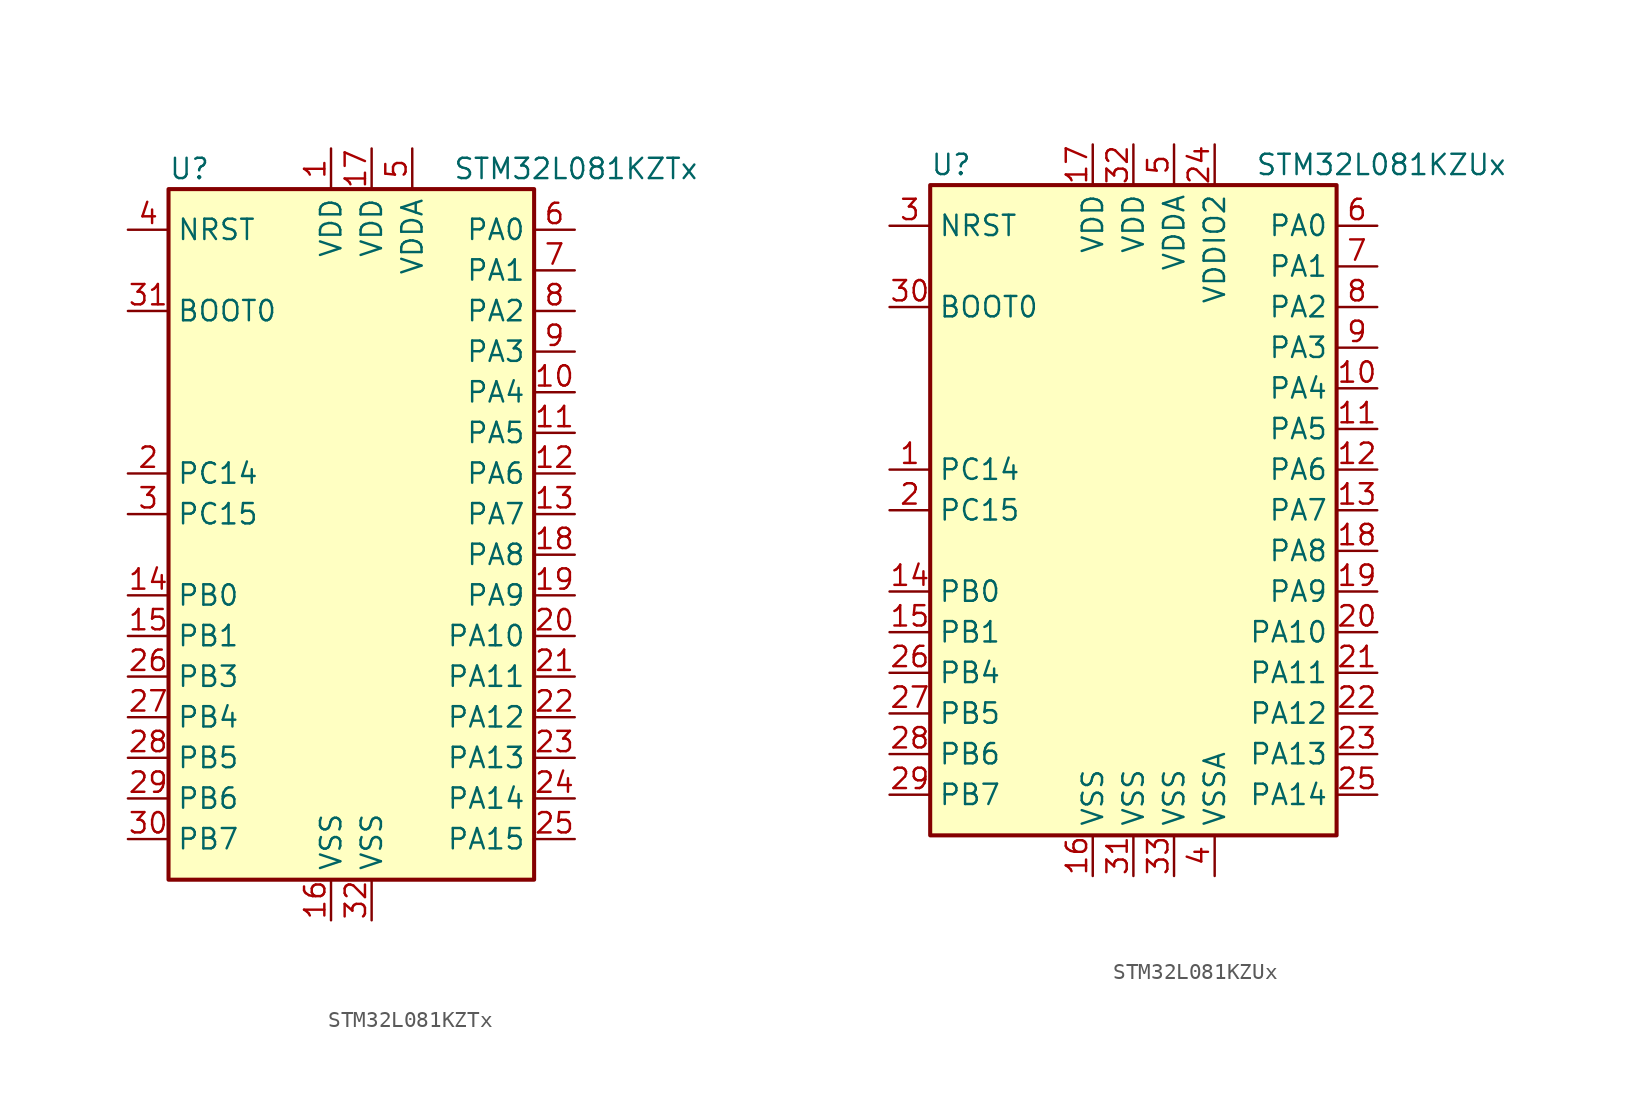
<source format=kicad_sym>
(kicad_symbol_lib
  (version 20211014)
  (generator kicad_symbol_editor)
  (symbol "STM32L081KZTx"
    (property "Reference" "U"
      (at -12.7 21.59 0)
      (effects (font (size 1.27 1.27)) (justify left)))
    (property "Value" "STM32L081KZTx"
      (at 5.08 21.59 0)
      (effects (font (size 1.27 1.27)) (justify left)))
    (symbol "STM32L081KZTx_0_1"
      (rectangle (start -12.7 -22.86) (end 10.16 20.32) (stroke (width 0.254) (type default) (color 0 0 0 0)) (fill (type background))))
    (symbol "STM32L081KZTx_1_1"
      (pin power_in line (at -2.54 22.86 270) (length 2.54) (name "VDD" (effects (font (size 1.27 1.27)))) (number "1" (effects (font (size 1.27 1.27)))))
      (pin bidirectional line (at 12.7 7.62 180) (length 2.54) (name "PA4" (effects (font (size 1.27 1.27)))) (number "10" (effects (font (size 1.27 1.27)))))
      (pin bidirectional line (at 12.7 5.08 180) (length 2.54) (name "PA5" (effects (font (size 1.27 1.27)))) (number "11" (effects (font (size 1.27 1.27)))))
      (pin bidirectional line (at 12.7 2.54 180) (length 2.54) (name "PA6" (effects (font (size 1.27 1.27)))) (number "12" (effects (font (size 1.27 1.27)))))
      (pin bidirectional line (at 12.7 0 180) (length 2.54) (name "PA7" (effects (font (size 1.27 1.27)))) (number "13" (effects (font (size 1.27 1.27)))))
      (pin bidirectional line (at -15.24 -5.08 0) (length 2.54) (name "PB0" (effects (font (size 1.27 1.27)))) (number "14" (effects (font (size 1.27 1.27)))))
      (pin bidirectional line (at -15.24 -7.62 0) (length 2.54) (name "PB1" (effects (font (size 1.27 1.27)))) (number "15" (effects (font (size 1.27 1.27)))))
      (pin power_in line (at -2.54 -25.4 90) (length 2.54) (name "VSS" (effects (font (size 1.27 1.27)))) (number "16" (effects (font (size 1.27 1.27)))))
      (pin power_in line (at 0 22.86 270) (length 2.54) (name "VDD" (effects (font (size 1.27 1.27)))) (number "17" (effects (font (size 1.27 1.27)))))
      (pin bidirectional line (at 12.7 -2.54 180) (length 2.54) (name "PA8" (effects (font (size 1.27 1.27)))) (number "18" (effects (font (size 1.27 1.27)))))
      (pin bidirectional line (at 12.7 -5.08 180) (length 2.54) (name "PA9" (effects (font (size 1.27 1.27)))) (number "19" (effects (font (size 1.27 1.27)))))
      (pin bidirectional line (at -15.24 2.54 0) (length 2.54) (name "PC14" (effects (font (size 1.27 1.27)))) (number "2" (effects (font (size 1.27 1.27)))))
      (pin bidirectional line (at 12.7 -7.62 180) (length 2.54) (name "PA10" (effects (font (size 1.27 1.27)))) (number "20" (effects (font (size 1.27 1.27)))))
      (pin bidirectional line (at 12.7 -10.16 180) (length 2.54) (name "PA11" (effects (font (size 1.27 1.27)))) (number "21" (effects (font (size 1.27 1.27)))))
      (pin bidirectional line (at 12.7 -12.7 180) (length 2.54) (name "PA12" (effects (font (size 1.27 1.27)))) (number "22" (effects (font (size 1.27 1.27)))))
      (pin bidirectional line (at 12.7 -15.24 180) (length 2.54) (name "PA13" (effects (font (size 1.27 1.27)))) (number "23" (effects (font (size 1.27 1.27)))))
      (pin bidirectional line (at 12.7 -17.78 180) (length 2.54) (name "PA14" (effects (font (size 1.27 1.27)))) (number "24" (effects (font (size 1.27 1.27)))))
      (pin bidirectional line (at 12.7 -20.32 180) (length 2.54) (name "PA15" (effects (font (size 1.27 1.27)))) (number "25" (effects (font (size 1.27 1.27)))))
      (pin bidirectional line (at -15.24 -10.16 0) (length 2.54) (name "PB3" (effects (font (size 1.27 1.27)))) (number "26" (effects (font (size 1.27 1.27)))))
      (pin bidirectional line (at -15.24 -12.7 0) (length 2.54) (name "PB4" (effects (font (size 1.27 1.27)))) (number "27" (effects (font (size 1.27 1.27)))))
      (pin bidirectional line (at -15.24 -15.24 0) (length 2.54) (name "PB5" (effects (font (size 1.27 1.27)))) (number "28" (effects (font (size 1.27 1.27)))))
      (pin bidirectional line (at -15.24 -17.78 0) (length 2.54) (name "PB6" (effects (font (size 1.27 1.27)))) (number "29" (effects (font (size 1.27 1.27)))))
      (pin bidirectional line (at -15.24 0 0) (length 2.54) (name "PC15" (effects (font (size 1.27 1.27)))) (number "3" (effects (font (size 1.27 1.27)))))
      (pin bidirectional line (at -15.24 -20.32 0) (length 2.54) (name "PB7" (effects (font (size 1.27 1.27)))) (number "30" (effects (font (size 1.27 1.27)))))
      (pin input line (at -15.24 12.7 0) (length 2.54) (name "BOOT0" (effects (font (size 1.27 1.27)))) (number "31" (effects (font (size 1.27 1.27)))))
      (pin power_in line (at 0 -25.4 90) (length 2.54) (name "VSS" (effects (font (size 1.27 1.27)))) (number "32" (effects (font (size 1.27 1.27)))))
      (pin input line (at -15.24 17.78 0) (length 2.54) (name "NRST" (effects (font (size 1.27 1.27)))) (number "4" (effects (font (size 1.27 1.27)))))
      (pin power_in line (at 2.54 22.86 270) (length 2.54) (name "VDDA" (effects (font (size 1.27 1.27)))) (number "5" (effects (font (size 1.27 1.27)))))
      (pin bidirectional line (at 12.7 17.78 180) (length 2.54) (name "PA0" (effects (font (size 1.27 1.27)))) (number "6" (effects (font (size 1.27 1.27)))))
      (pin bidirectional line (at 12.7 15.24 180) (length 2.54) (name "PA1" (effects (font (size 1.27 1.27)))) (number "7" (effects (font (size 1.27 1.27)))))
      (pin bidirectional line (at 12.7 12.7 180) (length 2.54) (name "PA2" (effects (font (size 1.27 1.27)))) (number "8" (effects (font (size 1.27 1.27)))))
      (pin bidirectional line (at 12.7 10.16 180) (length 2.54) (name "PA3" (effects (font (size 1.27 1.27)))) (number "9" (effects (font (size 1.27 1.27)))))))
  (symbol "STM32L081KZUx"
    (property "Reference" "U"
      (at -12.7 21.59 0)
      (effects (font (size 1.27 1.27)) (justify left)))
    (property "Value" "STM32L081KZUx"
      (at 7.62 21.59 0)
      (effects (font (size 1.27 1.27)) (justify left)))
    (symbol "STM32L081KZUx_0_1"
      (rectangle (start -12.7 -20.32) (end 12.7 20.32) (stroke (width 0.254) (type default) (color 0 0 0 0)) (fill (type background))))
    (symbol "STM32L081KZUx_1_1"
      (pin bidirectional line (at -15.24 2.54 0) (length 2.54) (name "PC14" (effects (font (size 1.27 1.27)))) (number "1" (effects (font (size 1.27 1.27)))))
      (pin bidirectional line (at 15.24 7.62 180) (length 2.54) (name "PA4" (effects (font (size 1.27 1.27)))) (number "10" (effects (font (size 1.27 1.27)))))
      (pin bidirectional line (at 15.24 5.08 180) (length 2.54) (name "PA5" (effects (font (size 1.27 1.27)))) (number "11" (effects (font (size 1.27 1.27)))))
      (pin bidirectional line (at 15.24 2.54 180) (length 2.54) (name "PA6" (effects (font (size 1.27 1.27)))) (number "12" (effects (font (size 1.27 1.27)))))
      (pin bidirectional line (at 15.24 0 180) (length 2.54) (name "PA7" (effects (font (size 1.27 1.27)))) (number "13" (effects (font (size 1.27 1.27)))))
      (pin bidirectional line (at -15.24 -5.08 0) (length 2.54) (name "PB0" (effects (font (size 1.27 1.27)))) (number "14" (effects (font (size 1.27 1.27)))))
      (pin bidirectional line (at -15.24 -7.62 0) (length 2.54) (name "PB1" (effects (font (size 1.27 1.27)))) (number "15" (effects (font (size 1.27 1.27)))))
      (pin power_in line (at -2.54 -22.86 90) (length 2.54) (name "VSS" (effects (font (size 1.27 1.27)))) (number "16" (effects (font (size 1.27 1.27)))))
      (pin power_in line (at -2.54 22.86 270) (length 2.54) (name "VDD" (effects (font (size 1.27 1.27)))) (number "17" (effects (font (size 1.27 1.27)))))
      (pin bidirectional line (at 15.24 -2.54 180) (length 2.54) (name "PA8" (effects (font (size 1.27 1.27)))) (number "18" (effects (font (size 1.27 1.27)))))
      (pin bidirectional line (at 15.24 -5.08 180) (length 2.54) (name "PA9" (effects (font (size 1.27 1.27)))) (number "19" (effects (font (size 1.27 1.27)))))
      (pin bidirectional line (at -15.24 0 0) (length 2.54) (name "PC15" (effects (font (size 1.27 1.27)))) (number "2" (effects (font (size 1.27 1.27)))))
      (pin bidirectional line (at 15.24 -7.62 180) (length 2.54) (name "PA10" (effects (font (size 1.27 1.27)))) (number "20" (effects (font (size 1.27 1.27)))))
      (pin bidirectional line (at 15.24 -10.16 180) (length 2.54) (name "PA11" (effects (font (size 1.27 1.27)))) (number "21" (effects (font (size 1.27 1.27)))))
      (pin bidirectional line (at 15.24 -12.7 180) (length 2.54) (name "PA12" (effects (font (size 1.27 1.27)))) (number "22" (effects (font (size 1.27 1.27)))))
      (pin bidirectional line (at 15.24 -15.24 180) (length 2.54) (name "PA13" (effects (font (size 1.27 1.27)))) (number "23" (effects (font (size 1.27 1.27)))))
      (pin power_in line (at 5.08 22.86 270) (length 2.54) (name "VDDIO2" (effects (font (size 1.27 1.27)))) (number "24" (effects (font (size 1.27 1.27)))))
      (pin bidirectional line (at 15.24 -17.78 180) (length 2.54) (name "PA14" (effects (font (size 1.27 1.27)))) (number "25" (effects (font (size 1.27 1.27)))))
      (pin bidirectional line (at -15.24 -10.16 0) (length 2.54) (name "PB4" (effects (font (size 1.27 1.27)))) (number "26" (effects (font (size 1.27 1.27)))))
      (pin bidirectional line (at -15.24 -12.7 0) (length 2.54) (name "PB5" (effects (font (size 1.27 1.27)))) (number "27" (effects (font (size 1.27 1.27)))))
      (pin bidirectional line (at -15.24 -15.24 0) (length 2.54) (name "PB6" (effects (font (size 1.27 1.27)))) (number "28" (effects (font (size 1.27 1.27)))))
      (pin bidirectional line (at -15.24 -17.78 0) (length 2.54) (name "PB7" (effects (font (size 1.27 1.27)))) (number "29" (effects (font (size 1.27 1.27)))))
      (pin input line (at -15.24 17.78 0) (length 2.54) (name "NRST" (effects (font (size 1.27 1.27)))) (number "3" (effects (font (size 1.27 1.27)))))
      (pin input line (at -15.24 12.7 0) (length 2.54) (name "BOOT0" (effects (font (size 1.27 1.27)))) (number "30" (effects (font (size 1.27 1.27)))))
      (pin power_in line (at 0 -22.86 90) (length 2.54) (name "VSS" (effects (font (size 1.27 1.27)))) (number "31" (effects (font (size 1.27 1.27)))))
      (pin power_in line (at 0 22.86 270) (length 2.54) (name "VDD" (effects (font (size 1.27 1.27)))) (number "32" (effects (font (size 1.27 1.27)))))
      (pin power_in line (at 2.54 -22.86 90) (length 2.54) (name "VSS" (effects (font (size 1.27 1.27)))) (number "33" (effects (font (size 1.27 1.27)))))
      (pin power_in line (at 5.08 -22.86 90) (length 2.54) (name "VSSA" (effects (font (size 1.27 1.27)))) (number "4" (effects (font (size 1.27 1.27)))))
      (pin power_in line (at 2.54 22.86 270) (length 2.54) (name "VDDA" (effects (font (size 1.27 1.27)))) (number "5" (effects (font (size 1.27 1.27)))))
      (pin bidirectional line (at 15.24 17.78 180) (length 2.54) (name "PA0" (effects (font (size 1.27 1.27)))) (number "6" (effects (font (size 1.27 1.27)))))
      (pin bidirectional line (at 15.24 15.24 180) (length 2.54) (name "PA1" (effects (font (size 1.27 1.27)))) (number "7" (effects (font (size 1.27 1.27)))))
      (pin bidirectional line (at 15.24 12.7 180) (length 2.54) (name "PA2" (effects (font (size 1.27 1.27)))) (number "8" (effects (font (size 1.27 1.27)))))
      (pin bidirectional line (at 15.24 10.16 180) (length 2.54) (name "PA3" (effects (font (size 1.27 1.27)))) (number "9" (effects (font (size 1.27 1.27))))))))
</source>
